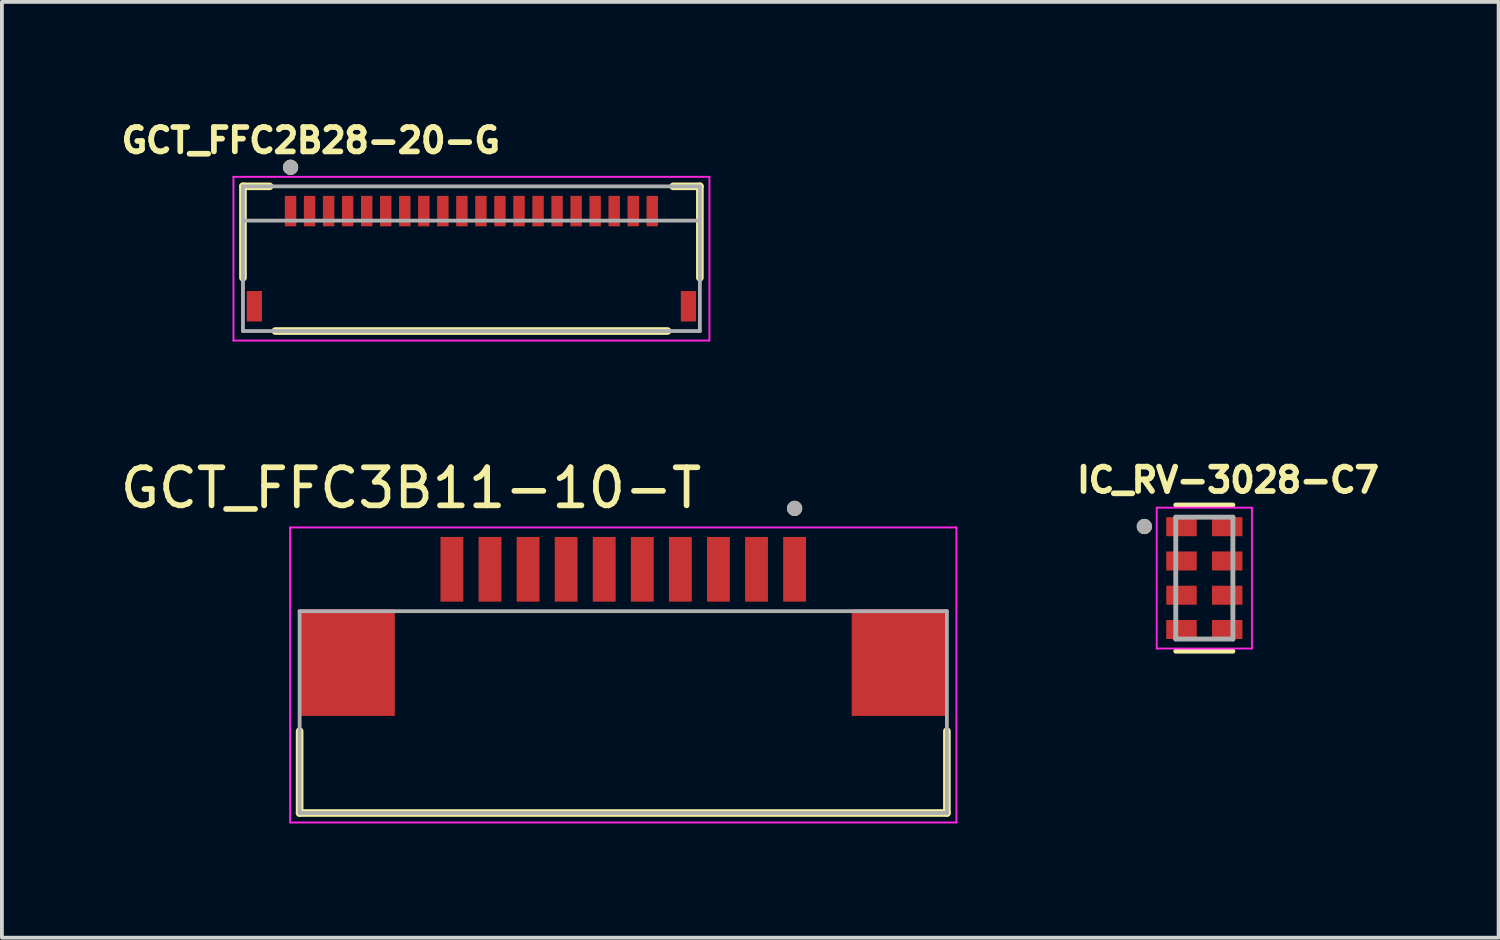
<source format=kicad_pcb>
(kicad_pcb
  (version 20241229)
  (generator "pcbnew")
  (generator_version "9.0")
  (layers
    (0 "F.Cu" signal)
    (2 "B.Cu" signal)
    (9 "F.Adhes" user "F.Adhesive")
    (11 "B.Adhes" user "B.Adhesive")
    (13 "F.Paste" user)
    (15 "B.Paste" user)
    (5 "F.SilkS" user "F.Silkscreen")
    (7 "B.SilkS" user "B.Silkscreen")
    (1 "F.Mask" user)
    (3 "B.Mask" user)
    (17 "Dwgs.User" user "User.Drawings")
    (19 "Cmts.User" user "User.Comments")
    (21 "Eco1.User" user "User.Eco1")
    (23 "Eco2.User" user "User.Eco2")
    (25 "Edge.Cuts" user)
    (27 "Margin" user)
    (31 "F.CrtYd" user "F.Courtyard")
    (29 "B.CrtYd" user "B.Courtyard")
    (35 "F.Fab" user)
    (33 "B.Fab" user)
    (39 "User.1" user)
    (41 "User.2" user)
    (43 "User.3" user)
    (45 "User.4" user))
  (footprint "GCT_FFC3B11-10-T"
    (layer "F.Cu")
    (at 13.319 14.352)
    (property "Reference" "GCT_FFC3B11-10-T" (at -5.575 -4.585 0) (layer "F.SilkS") (effects (font (size 1 1) (thickness 0.15))))
    (attr through_hole)
    (fp_line (start -8.5 1.8) (end -8.5 3.95) (stroke (width 0.2) (type solid)) (layer "F.SilkS"))
    (fp_line (start -8.5 3.95) (end 8.5 3.95) (stroke (width 0.2) (type solid)) (layer "F.SilkS"))
    (fp_line (start 8.5 3.95) (end 8.5 1.8) (stroke (width 0.2) (type solid)) (layer "F.SilkS"))
    (fp_circle (center 4.5 -4.05) (end 4.6 -4.05) (stroke (width 0.2) (type solid)) (fill no) (layer "F.SilkS"))
    (fp_line (start -8.75 -3.55) (end -8.75 4.2) (stroke (width 0.05) (type solid)) (layer "F.CrtYd"))
    (fp_line (start -8.75 4.2) (end 8.75 4.2) (stroke (width 0.05) (type solid)) (layer "F.CrtYd"))
    (fp_line (start 8.75 -3.55) (end -8.75 -3.55) (stroke (width 0.05) (type solid)) (layer "F.CrtYd"))
    (fp_line (start 8.75 4.2) (end 8.75 -3.55) (stroke (width 0.05) (type solid)) (layer "F.CrtYd"))
    (fp_line (start -8.5 -1.35) (end 8.5 -1.35) (stroke (width 0.1) (type solid)) (layer "F.Fab"))
    (fp_line (start -8.5 3.95) (end -8.5 -1.35) (stroke (width 0.1) (type solid)) (layer "F.Fab"))
    (fp_line (start 8.5 -1.35) (end 8.5 3.95) (stroke (width 0.1) (type solid)) (layer "F.Fab"))
    (fp_line (start 8.5 3.95) (end -8.5 3.95) (stroke (width 0.1) (type solid)) (layer "F.Fab"))
    (fp_circle (center 4.5 -4.05) (end 4.6 -4.05) (stroke (width 0.2) (type solid)) (fill no) (layer "F.Fab"))
    (pad "1" smd rect (at 4.5 -2.45) (size 0.6 1.7) (layers "F.Cu" "F.Mask" "F.Paste"))
    (pad "2" smd rect (at 3.5 -2.45) (size 0.6 1.7) (layers "F.Cu" "F.Mask" "F.Paste"))
    (pad "3" smd rect (at 2.5 -2.45) (size 0.6 1.7) (layers "F.Cu" "F.Mask" "F.Paste"))
    (pad "4" smd rect (at 1.5 -2.45) (size 0.6 1.7) (layers "F.Cu" "F.Mask" "F.Paste"))
    (pad "5" smd rect (at 0.5 -2.45) (size 0.6 1.7) (layers "F.Cu" "F.Mask" "F.Paste"))
    (pad "6" smd rect (at -0.5 -2.45) (size 0.6 1.7) (layers "F.Cu" "F.Mask" "F.Paste"))
    (pad "7" smd rect (at -1.5 -2.45) (size 0.6 1.7) (layers "F.Cu" "F.Mask" "F.Paste"))
    (pad "8" smd rect (at -2.5 -2.45) (size 0.6 1.7) (layers "F.Cu" "F.Mask" "F.Paste"))
    (pad "9" smd rect (at -3.5 -2.45) (size 0.6 1.7) (layers "F.Cu" "F.Mask" "F.Paste"))
    (pad "10" smd rect (at -4.5 -2.45) (size 0.6 1.7) (layers "F.Cu" "F.Mask" "F.Paste"))
    (pad "S1" smd rect (at 7.25 0) (size 2.5 2.8) (layers "F.Cu" "F.Mask" "F.Paste"))
    (pad "S2" smd rect (at -7.25 0) (size 2.5 2.8) (layers "F.Cu" "F.Mask" "F.Paste")))
  (footprint "GCT_FFC2B28-20-G"
    (layer "F.Cu")
    (at 9.331 3.744)
    (property "Reference" "GCT_FFC2B28-20-G" (at -4.218 -3.106 0) (layer "F.SilkS") (effects (font (size 0.64 0.64) (thickness 0.15))))
    (attr through_hole)
    (fp_line (start -6 -1.9) (end -5.3 -1.9) (stroke (width 0.2) (type solid)) (layer "F.SilkS"))
    (fp_line (start -6 0.5) (end -6 -1.9) (stroke (width 0.2) (type solid)) (layer "F.SilkS"))
    (fp_line (start -5.15 1.9) (end 5.15 1.9) (stroke (width 0.2) (type solid)) (layer "F.SilkS"))
    (fp_line (start 5.3 -1.9) (end 6 -1.9) (stroke (width 0.2) (type solid)) (layer "F.SilkS"))
    (fp_line (start 6 -1.9) (end 6 0.5) (stroke (width 0.2) (type solid)) (layer "F.SilkS"))
    (fp_circle (center -4.75 -2.4) (end -4.65 -2.4) (stroke (width 0.2) (type solid)) (fill no) (layer "F.SilkS"))
    (fp_line (start -6.25 -2.15) (end -6.25 2.15) (stroke (width 0.05) (type solid)) (layer "F.CrtYd"))
    (fp_line (start -6.25 2.15) (end 6.25 2.15) (stroke (width 0.05) (type solid)) (layer "F.CrtYd"))
    (fp_line (start 6.25 -2.15) (end -6.25 -2.15) (stroke (width 0.05) (type solid)) (layer "F.CrtYd"))
    (fp_line (start 6.25 2.15) (end 6.25 -2.15) (stroke (width 0.05) (type solid)) (layer "F.CrtYd"))
    (fp_line (start -6 -1.9) (end 6 -1.9) (stroke (width 0.1) (type solid)) (layer "F.Fab"))
    (fp_line (start -6 -1) (end -6 -1.9) (stroke (width 0.1) (type solid)) (layer "F.Fab"))
    (fp_line (start -6 -1) (end 6 -1) (stroke (width 0.1) (type solid)) (layer "F.Fab"))
    (fp_line (start -6 1.9) (end -6 -1) (stroke (width 0.1) (type solid)) (layer "F.Fab"))
    (fp_line (start 6 -1.9) (end 6 -1) (stroke (width 0.1) (type solid)) (layer "F.Fab"))
    (fp_line (start 6 -1) (end 6 1.9) (stroke (width 0.1) (type solid)) (layer "F.Fab"))
    (fp_line (start 6 1.9) (end -6 1.9) (stroke (width 0.1) (type solid)) (layer "F.Fab"))
    (fp_circle (center -4.75 -2.4) (end -4.65 -2.4) (stroke (width 0.2) (type solid)) (fill no) (layer "F.Fab"))
    (pad "1" smd rect (at -4.75 -1.25) (size 0.3 0.8) (layers "F.Cu" "F.Mask" "F.Paste"))
    (pad "2" smd rect (at -4.25 -1.25) (size 0.3 0.8) (layers "F.Cu" "F.Mask" "F.Paste"))
    (pad "3" smd rect (at -3.75 -1.25) (size 0.3 0.8) (layers "F.Cu" "F.Mask" "F.Paste"))
    (pad "4" smd rect (at -3.25 -1.25) (size 0.3 0.8) (layers "F.Cu" "F.Mask" "F.Paste"))
    (pad "5" smd rect (at -2.75 -1.25) (size 0.3 0.8) (layers "F.Cu" "F.Mask" "F.Paste"))
    (pad "6" smd rect (at -2.25 -1.25) (size 0.3 0.8) (layers "F.Cu" "F.Mask" "F.Paste"))
    (pad "7" smd rect (at -1.75 -1.25) (size 0.3 0.8) (layers "F.Cu" "F.Mask" "F.Paste"))
    (pad "8" smd rect (at -1.25 -1.25) (size 0.3 0.8) (layers "F.Cu" "F.Mask" "F.Paste"))
    (pad "9" smd rect (at -0.75 -1.25) (size 0.3 0.8) (layers "F.Cu" "F.Mask" "F.Paste"))
    (pad "10" smd rect (at -0.25 -1.25) (size 0.3 0.8) (layers "F.Cu" "F.Mask" "F.Paste"))
    (pad "11" smd rect (at 0.25 -1.25) (size 0.3 0.8) (layers "F.Cu" "F.Mask" "F.Paste"))
    (pad "12" smd rect (at 0.75 -1.25) (size 0.3 0.8) (layers "F.Cu" "F.Mask" "F.Paste"))
    (pad "13" smd rect (at 1.25 -1.25) (size 0.3 0.8) (layers "F.Cu" "F.Mask" "F.Paste"))
    (pad "14" smd rect (at 1.75 -1.25) (size 0.3 0.8) (layers "F.Cu" "F.Mask" "F.Paste"))
    (pad "15" smd rect (at 2.25 -1.25) (size 0.3 0.8) (layers "F.Cu" "F.Mask" "F.Paste"))
    (pad "16" smd rect (at 2.75 -1.25) (size 0.3 0.8) (layers "F.Cu" "F.Mask" "F.Paste"))
    (pad "17" smd rect (at 3.25 -1.25) (size 0.3 0.8) (layers "F.Cu" "F.Mask" "F.Paste"))
    (pad "18" smd rect (at 3.75 -1.25) (size 0.3 0.8) (layers "F.Cu" "F.Mask" "F.Paste"))
    (pad "19" smd rect (at 4.25 -1.25) (size 0.3 0.8) (layers "F.Cu" "F.Mask" "F.Paste"))
    (pad "20" smd rect (at 4.75 -1.25) (size 0.3 0.8) (layers "F.Cu" "F.Mask" "F.Paste"))
    (pad "S1" smd rect (at -5.7 1.25) (size 0.4 0.8) (layers "F.Cu" "F.Mask" "F.Paste"))
    (pad "S2" smd rect (at 5.7 1.25) (size 0.4 0.8) (layers "F.Cu" "F.Mask" "F.Paste")))
  (footprint "IC_RV-3028-C7"
    (layer "F.Cu")
    (at 28.58 12.133)
    (property "Reference" "IC_RV-3028-C7" (at 0.622 -2.576 0) (layer "F.SilkS") (effects (font (size 0.64 0.64) (thickness 0.15))))
    (attr through_hole)
    (fp_line (start -0.75 -1.92) (end 0.75 -1.92) (stroke (width 0.127) (type solid)) (layer "F.SilkS"))
    (fp_line (start -0.75 1.92) (end 0.75 1.92) (stroke (width 0.127) (type solid)) (layer "F.SilkS"))
    (fp_circle (center -1.575 -1.355) (end -1.475 -1.355) (stroke (width 0.2) (type solid)) (fill no) (layer "F.SilkS"))
    (fp_line (start -1.25 -1.85) (end -1.25 1.85) (stroke (width 0.05) (type solid)) (layer "F.CrtYd"))
    (fp_line (start -1.25 1.85) (end 1.25 1.85) (stroke (width 0.05) (type solid)) (layer "F.CrtYd"))
    (fp_line (start 1.25 -1.85) (end -1.25 -1.85) (stroke (width 0.05) (type solid)) (layer "F.CrtYd"))
    (fp_line (start 1.25 1.85) (end 1.25 -1.85) (stroke (width 0.05) (type solid)) (layer "F.CrtYd"))
    (fp_line (start -0.75 -1.6) (end -0.75 1.6) (stroke (width 0.127) (type solid)) (layer "F.Fab"))
    (fp_line (start -0.75 1.6) (end 0.75 1.6) (stroke (width 0.127) (type solid)) (layer "F.Fab"))
    (fp_line (start 0.75 -1.6) (end -0.75 -1.6) (stroke (width 0.127) (type solid)) (layer "F.Fab"))
    (fp_line (start 0.75 1.6) (end 0.75 -1.6) (stroke (width 0.127) (type solid)) (layer "F.Fab"))
    (fp_circle (center -1.575 -1.355) (end -1.475 -1.355) (stroke (width 0.2) (type solid)) (fill no) (layer "F.Fab"))
    (pad "1" smd rect (at -0.6 -1.35) (size 0.8 0.5) (layers "F.Cu" "F.Mask" "F.Paste"))
    (pad "2" smd rect (at -0.6 -0.45) (size 0.8 0.5) (layers "F.Cu" "F.Mask" "F.Paste"))
    (pad "3" smd rect (at -0.6 0.45) (size 0.8 0.5) (layers "F.Cu" "F.Mask" "F.Paste"))
    (pad "4" smd rect (at -0.6 1.35) (size 0.8 0.5) (layers "F.Cu" "F.Mask" "F.Paste"))
    (pad "5" smd rect (at 0.6 1.35) (size 0.8 0.5) (layers "F.Cu" "F.Mask" "F.Paste"))
    (pad "6" smd rect (at 0.6 0.45) (size 0.8 0.5) (layers "F.Cu" "F.Mask" "F.Paste"))
    (pad "7" smd rect (at 0.6 -0.45) (size 0.8 0.5) (layers "F.Cu" "F.Mask" "F.Paste"))
    (pad "8" smd rect (at 0.6 -1.35) (size 0.8 0.5) (layers "F.Cu" "F.Mask" "F.Paste")))
  (gr_rect
    (start -3 -3)
    (end 36.309 21.577)
    (stroke (width 0.1) (type default))
    (fill no)
    (layer "Edge.Cuts")))
</source>
